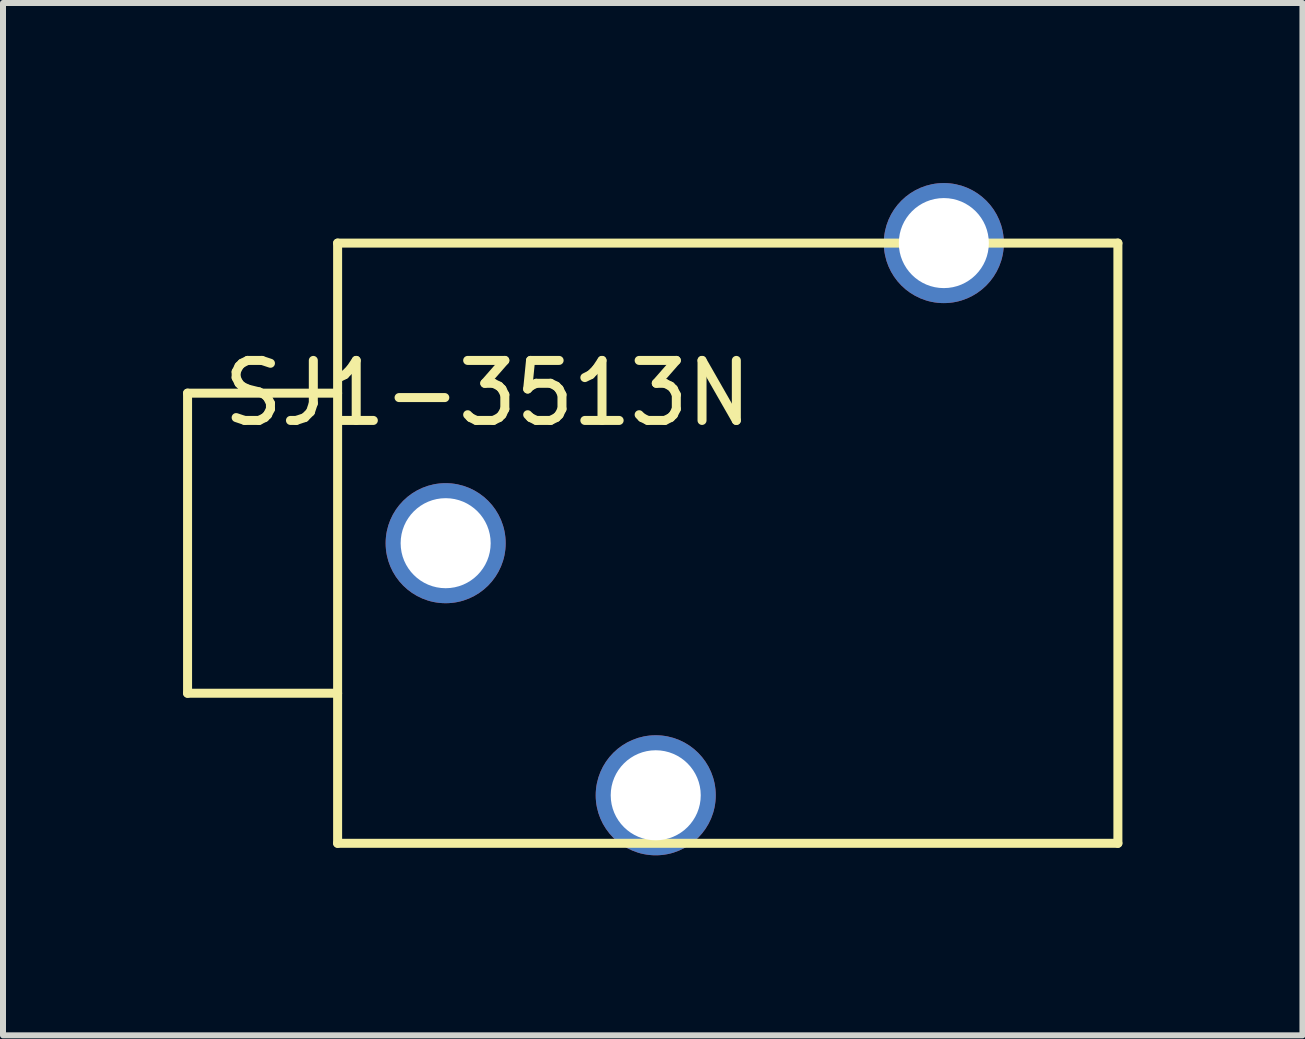
<source format=kicad_pcb>
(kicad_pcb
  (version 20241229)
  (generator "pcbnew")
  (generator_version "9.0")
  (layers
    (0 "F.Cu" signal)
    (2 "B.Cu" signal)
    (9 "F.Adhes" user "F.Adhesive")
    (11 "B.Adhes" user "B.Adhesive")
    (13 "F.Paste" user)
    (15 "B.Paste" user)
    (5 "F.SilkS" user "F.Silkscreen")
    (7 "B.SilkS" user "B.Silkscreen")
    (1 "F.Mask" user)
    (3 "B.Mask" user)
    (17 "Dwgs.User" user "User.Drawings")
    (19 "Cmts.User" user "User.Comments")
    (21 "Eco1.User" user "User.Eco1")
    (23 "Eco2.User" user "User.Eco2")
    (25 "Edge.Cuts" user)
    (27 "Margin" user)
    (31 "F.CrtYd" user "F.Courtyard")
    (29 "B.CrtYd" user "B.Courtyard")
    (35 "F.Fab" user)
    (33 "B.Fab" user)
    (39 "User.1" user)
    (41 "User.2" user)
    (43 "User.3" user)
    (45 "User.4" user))
  (footprint "SJ1-3513N"
    (layer "F.Cu")
    (at 2.575 6)
    (property "Reference" "SJ1-3513N" (at 2.5 -2.5 0) (layer "F.SilkS") (effects (font (size 1 1) (thickness 0.15))))
    (attr through_hole)
    (fp_line (start -2.5 -2.5) (end -2.5 2.5) (stroke (width 0.15) (type solid)) (layer "F.SilkS"))
    (fp_line (start -2.5 2.5) (end 0 2.5) (stroke (width 0.15) (type solid)) (layer "F.SilkS"))
    (fp_line (start 0 -5) (end 0 5) (stroke (width 0.15) (type solid)) (layer "F.SilkS"))
    (fp_line (start 0 -2.5) (end -2.5 -2.5) (stroke (width 0.15) (type solid)) (layer "F.SilkS"))
    (fp_line (start 0 5) (end 13 5) (stroke (width 0.15) (type solid)) (layer "F.SilkS"))
    (fp_line (start 13 -5) (end 0 -5) (stroke (width 0.15) (type solid)) (layer "F.SilkS"))
    (fp_line (start 13 5) (end 13 -5) (stroke (width 0.15) (type solid)) (layer "F.SilkS"))
    (pad "1" thru_hole circle (at 1.8 0) (size 2 2) (drill 1.5) (layers "*.Cu" "*.Mask"))
    (pad "2" thru_hole circle (at 5.3 4.2) (size 2 2) (drill 1.5) (layers "*.Cu" "*.Mask"))
    (pad "3" thru_hole circle (at 10.1 -5) (size 2 2) (drill 1.5) (layers "*.Cu" "*.Mask")))
  (gr_rect
    (start -3 -3)
    (end 18.65 14.2)
    (stroke (width 0.1) (type default))
    (fill no)
    (layer "Edge.Cuts")))
</source>
